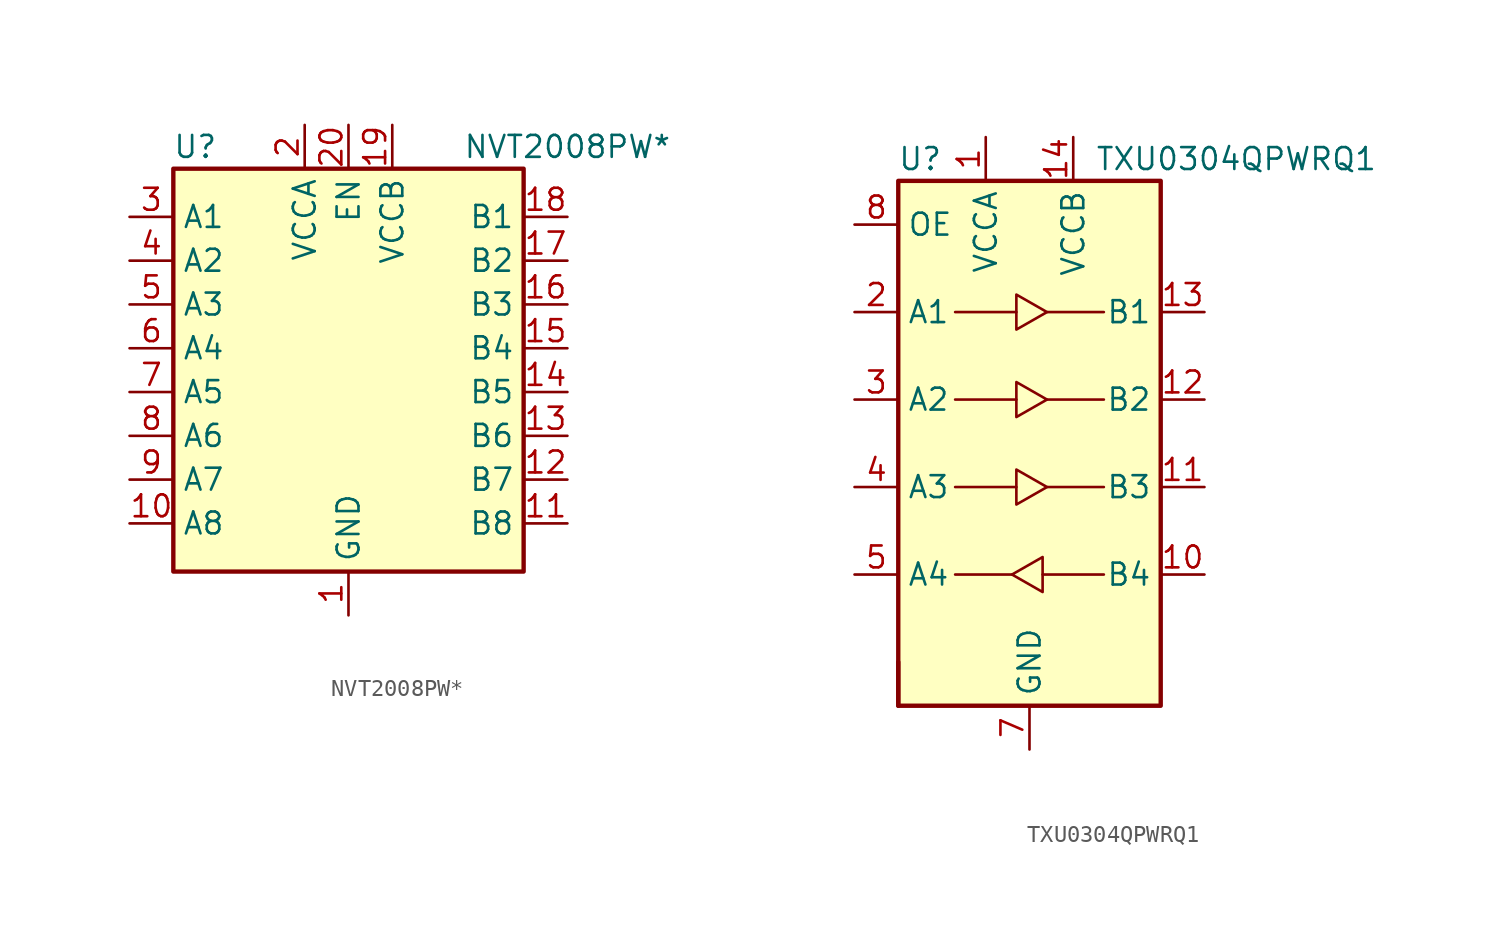
<source format=kicad_sym>
(kicad_symbol_lib
  (version 20211014)
  (generator kicad_symbol_editor)
  (symbol "NVT2008PW*"
    (property "Reference" "U"
      (at -8.89 13.97 0)
      (effects (font (size 1.27 1.27))))
    (property "Value" "NVT2008PW*"
      (at 12.7 13.97 0)
      (effects (font (size 1.27 1.27))))
    (symbol "NVT2008PW*_0_1"
      (rectangle (start -10.16 12.7) (end 10.16 -10.668) (stroke (width 0.254) (type default) (color 0 0 0 0)) (fill (type background))))
    (symbol "NVT2008PW*_1_1"
      (pin power_in line (at 0 -13.208 90) (length 2.54) (name "GND" (effects (font (size 1.27 1.27)))) (number "1" (effects (font (size 1.27 1.27)))))
      (pin bidirectional line (at -12.7 -7.874 0) (length 2.54) (name "A8" (effects (font (size 1.27 1.27)))) (number "10" (effects (font (size 1.27 1.27)))))
      (pin bidirectional line (at 12.7 -7.874 180) (length 2.54) (name "B8" (effects (font (size 1.27 1.27)))) (number "11" (effects (font (size 1.27 1.27)))))
      (pin bidirectional line (at 12.7 -5.334 180) (length 2.54) (name "B7" (effects (font (size 1.27 1.27)))) (number "12" (effects (font (size 1.27 1.27)))))
      (pin bidirectional line (at 12.7 -2.794 180) (length 2.54) (name "B6" (effects (font (size 1.27 1.27)))) (number "13" (effects (font (size 1.27 1.27)))))
      (pin bidirectional line (at 12.7 -0.254 180) (length 2.54) (name "B5" (effects (font (size 1.27 1.27)))) (number "14" (effects (font (size 1.27 1.27)))))
      (pin bidirectional line (at 12.7 2.286 180) (length 2.54) (name "B4" (effects (font (size 1.27 1.27)))) (number "15" (effects (font (size 1.27 1.27)))))
      (pin bidirectional line (at 12.7 4.826 180) (length 2.54) (name "B3" (effects (font (size 1.27 1.27)))) (number "16" (effects (font (size 1.27 1.27)))))
      (pin bidirectional line (at 12.7 7.366 180) (length 2.54) (name "B2" (effects (font (size 1.27 1.27)))) (number "17" (effects (font (size 1.27 1.27)))))
      (pin bidirectional line (at 12.7 9.906 180) (length 2.54) (name "B1" (effects (font (size 1.27 1.27)))) (number "18" (effects (font (size 1.27 1.27)))))
      (pin power_in line (at 2.54 15.24 270) (length 2.54) (name "VCCB" (effects (font (size 1.27 1.27)))) (number "19" (effects (font (size 1.27 1.27)))))
      (pin power_in line (at -2.54 15.24 270) (length 2.54) (name "VCCA" (effects (font (size 1.27 1.27)))) (number "2" (effects (font (size 1.27 1.27)))))
      (pin input line (at 0 15.24 270) (length 2.54) (name "EN" (effects (font (size 1.27 1.27)))) (number "20" (effects (font (size 1.27 1.27)))))
      (pin bidirectional line (at -12.7 9.906 0) (length 2.54) (name "A1" (effects (font (size 1.27 1.27)))) (number "3" (effects (font (size 1.27 1.27)))))
      (pin bidirectional line (at -12.7 7.366 0) (length 2.54) (name "A2" (effects (font (size 1.27 1.27)))) (number "4" (effects (font (size 1.27 1.27)))))
      (pin bidirectional line (at -12.7 4.826 0) (length 2.54) (name "A3" (effects (font (size 1.27 1.27)))) (number "5" (effects (font (size 1.27 1.27)))))
      (pin bidirectional line (at -12.7 2.286 0) (length 2.54) (name "A4" (effects (font (size 1.27 1.27)))) (number "6" (effects (font (size 1.27 1.27)))))
      (pin bidirectional line (at -12.7 -0.254 0) (length 2.54) (name "A5" (effects (font (size 1.27 1.27)))) (number "7" (effects (font (size 1.27 1.27)))))
      (pin bidirectional line (at -12.7 -2.794 0) (length 2.54) (name "A6" (effects (font (size 1.27 1.27)))) (number "8" (effects (font (size 1.27 1.27)))))
      (pin bidirectional line (at -12.7 -5.334 0) (length 2.54) (name "A7" (effects (font (size 1.27 1.27)))) (number "9" (effects (font (size 1.27 1.27)))))))
  (symbol "TXU0304QPWRQ1"
    (property "Reference" "U"
      (at -6.35 16.51 0)
      (effects (font (size 1.27 1.27))))
    (property "Value" "TXU0304QPWRQ1"
      (at 3.81 16.51 0)
      (effects (font (size 1.27 1.27)) (justify left)))
    (symbol "TXU0304QPWRQ1_0_1"
      (rectangle (start -7.62 -15.24) (end -7.62 -12.7) (stroke (width 0.254) (type default) (color 0 0 0 0)) (fill (type none)))
      (rectangle (start -7.62 15.24) (end 7.62 -15.24) (stroke (width 0.254) (type default) (color 0 0 0 0)) (fill (type background)))
      (polyline (pts (xy -1.016 -7.62) (xy -3.048 -7.62) (xy -3.048 -7.62) (xy -4.318 -7.62)) (stroke (width 0) (type default) (color 0 0 0 0)) (fill (type none)))
      (polyline (pts (xy -1.016 -7.62) (xy 0.762 -6.604) (xy 0.762 -8.636) (xy -1.016 -7.62)) (stroke (width 0) (type default) (color 0 0 0 0)) (fill (type none)))
      (polyline (pts (xy -0.762 -2.54) (xy -2.286 -2.54) (xy -2.286 -2.54) (xy -4.318 -2.54)) (stroke (width 0) (type default) (color 0 0 0 0)) (fill (type none)))
      (polyline (pts (xy -0.762 2.54) (xy -2.286 2.54) (xy -2.286 2.54) (xy -4.318 2.54)) (stroke (width 0) (type default) (color 0 0 0 0)) (fill (type none)))
      (polyline (pts (xy -0.762 7.62) (xy -2.286 7.62) (xy -2.286 7.62) (xy -4.318 7.62)) (stroke (width 0) (type default) (color 0 0 0 0)) (fill (type none)))
      (polyline (pts (xy 0.762 -7.62) (xy 2.286 -7.62) (xy 2.286 -7.62) (xy 4.318 -7.62)) (stroke (width 0) (type default) (color 0 0 0 0)) (fill (type none)))
      (polyline (pts (xy 1.016 -2.54) (xy -0.762 -3.556) (xy -0.762 -1.524) (xy 1.016 -2.54)) (stroke (width 0) (type default) (color 0 0 0 0)) (fill (type none)))
      (polyline (pts (xy 1.016 -2.54) (xy 3.048 -2.54) (xy 3.048 -2.54) (xy 4.318 -2.54)) (stroke (width 0) (type default) (color 0 0 0 0)) (fill (type none)))
      (polyline (pts (xy 1.016 2.54) (xy -0.762 1.524) (xy -0.762 3.556) (xy 1.016 2.54)) (stroke (width 0) (type default) (color 0 0 0 0)) (fill (type none)))
      (polyline (pts (xy 1.016 2.54) (xy 3.048 2.54) (xy 3.048 2.54) (xy 4.318 2.54)) (stroke (width 0) (type default) (color 0 0 0 0)) (fill (type none)))
      (polyline (pts (xy 1.016 7.62) (xy -0.762 6.604) (xy -0.762 8.636) (xy 1.016 7.62)) (stroke (width 0) (type default) (color 0 0 0 0)) (fill (type none)))
      (polyline (pts (xy 1.016 7.62) (xy 3.048 7.62) (xy 3.048 7.62) (xy 4.318 7.62)) (stroke (width 0) (type default) (color 0 0 0 0)) (fill (type none))))
    (symbol "TXU0304QPWRQ1_1_1"
      (pin power_in line (at -2.54 17.78 270) (length 2.54) (name "VCCA" (effects (font (size 1.27 1.27)))) (number "1" (effects (font (size 1.27 1.27)))))
      (pin input line (at 10.16 -7.62 180) (length 2.54) (name "B4" (effects (font (size 1.27 1.27)))) (number "10" (effects (font (size 1.27 1.27)))))
      (pin output line (at 10.16 -2.54 180) (length 2.54) (name "B3" (effects (font (size 1.27 1.27)))) (number "11" (effects (font (size 1.27 1.27)))))
      (pin output line (at 10.16 2.54 180) (length 2.54) (name "B2" (effects (font (size 1.27 1.27)))) (number "12" (effects (font (size 1.27 1.27)))))
      (pin output line (at 10.16 7.62 180) (length 2.54) (name "B1" (effects (font (size 1.27 1.27)))) (number "13" (effects (font (size 1.27 1.27)))))
      (pin power_in line (at 2.54 17.78 270) (length 2.54) (name "VCCB" (effects (font (size 1.27 1.27)))) (number "14" (effects (font (size 1.27 1.27)))))
      (pin input line (at -10.16 7.62 0) (length 2.54) (name "A1" (effects (font (size 1.27 1.27)))) (number "2" (effects (font (size 1.27 1.27)))))
      (pin input line (at -10.16 2.54 0) (length 2.54) (name "A2" (effects (font (size 1.27 1.27)))) (number "3" (effects (font (size 1.27 1.27)))))
      (pin input line (at -10.16 -2.54 0) (length 2.54) (name "A3" (effects (font (size 1.27 1.27)))) (number "4" (effects (font (size 1.27 1.27)))))
      (pin output line (at -10.16 -7.62 0) (length 2.54) (name "A4" (effects (font (size 1.27 1.27)))) (number "5" (effects (font (size 1.27 1.27)))))
      (pin no_connect line (at -10.16 -12.7 0) (length 2.54) hide (name "NC" (effects (font (size 1.27 1.27)))) (number "6" (effects (font (size 1.27 1.27)))))
      (pin power_in line (at 0 -17.78 90) (length 2.54) (name "GND" (effects (font (size 1.27 1.27)))) (number "7" (effects (font (size 1.27 1.27)))))
      (pin input line (at -10.16 12.7 0) (length 2.54) (name "OE" (effects (font (size 1.27 1.27)))) (number "8" (effects (font (size 1.27 1.27)))))
      (pin no_connect line (at 10.16 -12.7 180) (length 2.54) hide (name "NC" (effects (font (size 1.27 1.27)))) (number "9" (effects (font (size 1.27 1.27))))))))
</source>
